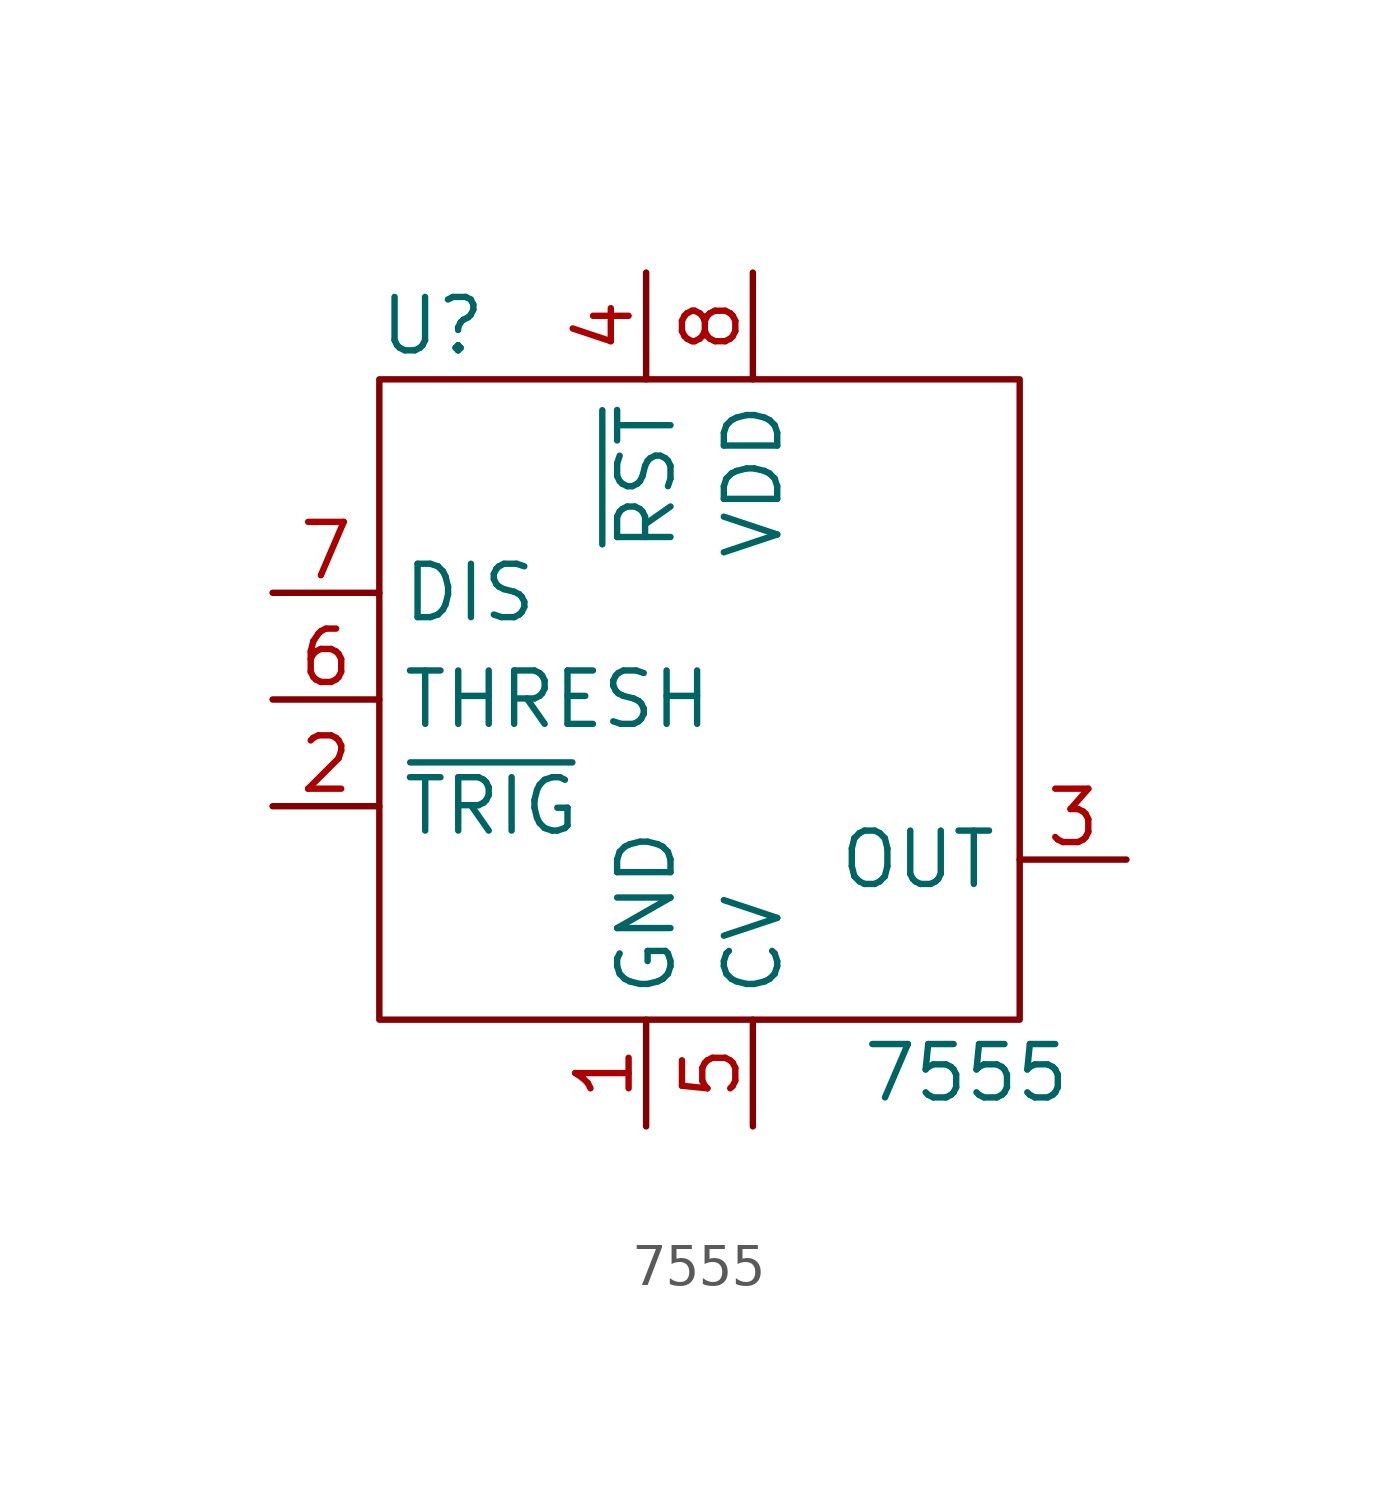
<source format=kicad_sym>
(kicad_symbol_lib
  (version 20211014)
  (generator kicad_symbol_editor)
  (symbol "7555"
    (property "Reference" "U"
      (at -6.35 8.89 0)
      (effects (font (size 1.27 1.27))))
    (property "Value" "7555"
      (at 6.35 -8.89 0)
      (effects (font (size 1.27 1.27))))
    (symbol "7555_0_1"
      (rectangle (start -7.62 7.62) (end 7.62 -7.62) (stroke (width 0) (type default) (color 0 0 0 0)) (fill (type none))))
    (symbol "7555_1_1"
      (pin input line (at -1.27 -10.16 90) (length 2.54) (name "GND" (effects (font (size 1.27 1.27)))) (number "1" (effects (font (size 1.27 1.27)))))
      (pin input line (at -10.16 -2.54 0) (length 2.54) (name "~{TRIG}" (effects (font (size 1.27 1.27)))) (number "2" (effects (font (size 1.27 1.27)))))
      (pin input line (at 10.16 -3.81 180) (length 2.54) (name "OUT" (effects (font (size 1.27 1.27)))) (number "3" (effects (font (size 1.27 1.27)))))
      (pin input line (at -1.27 10.16 270) (length 2.54) (name "~{RST}" (effects (font (size 1.27 1.27)))) (number "4" (effects (font (size 1.27 1.27)))))
      (pin input line (at 1.27 -10.16 90) (length 2.54) (name "CV" (effects (font (size 1.27 1.27)))) (number "5" (effects (font (size 1.27 1.27)))))
      (pin input line (at -10.16 0 0) (length 2.54) (name "THRESH" (effects (font (size 1.27 1.27)))) (number "6" (effects (font (size 1.27 1.27)))))
      (pin input line (at -10.16 2.54 0) (length 2.54) (name "DIS" (effects (font (size 1.27 1.27)))) (number "7" (effects (font (size 1.27 1.27)))))
      (pin input line (at 1.27 10.16 270) (length 2.54) (name "VDD" (effects (font (size 1.27 1.27)))) (number "8" (effects (font (size 1.27 1.27))))))))
</source>
